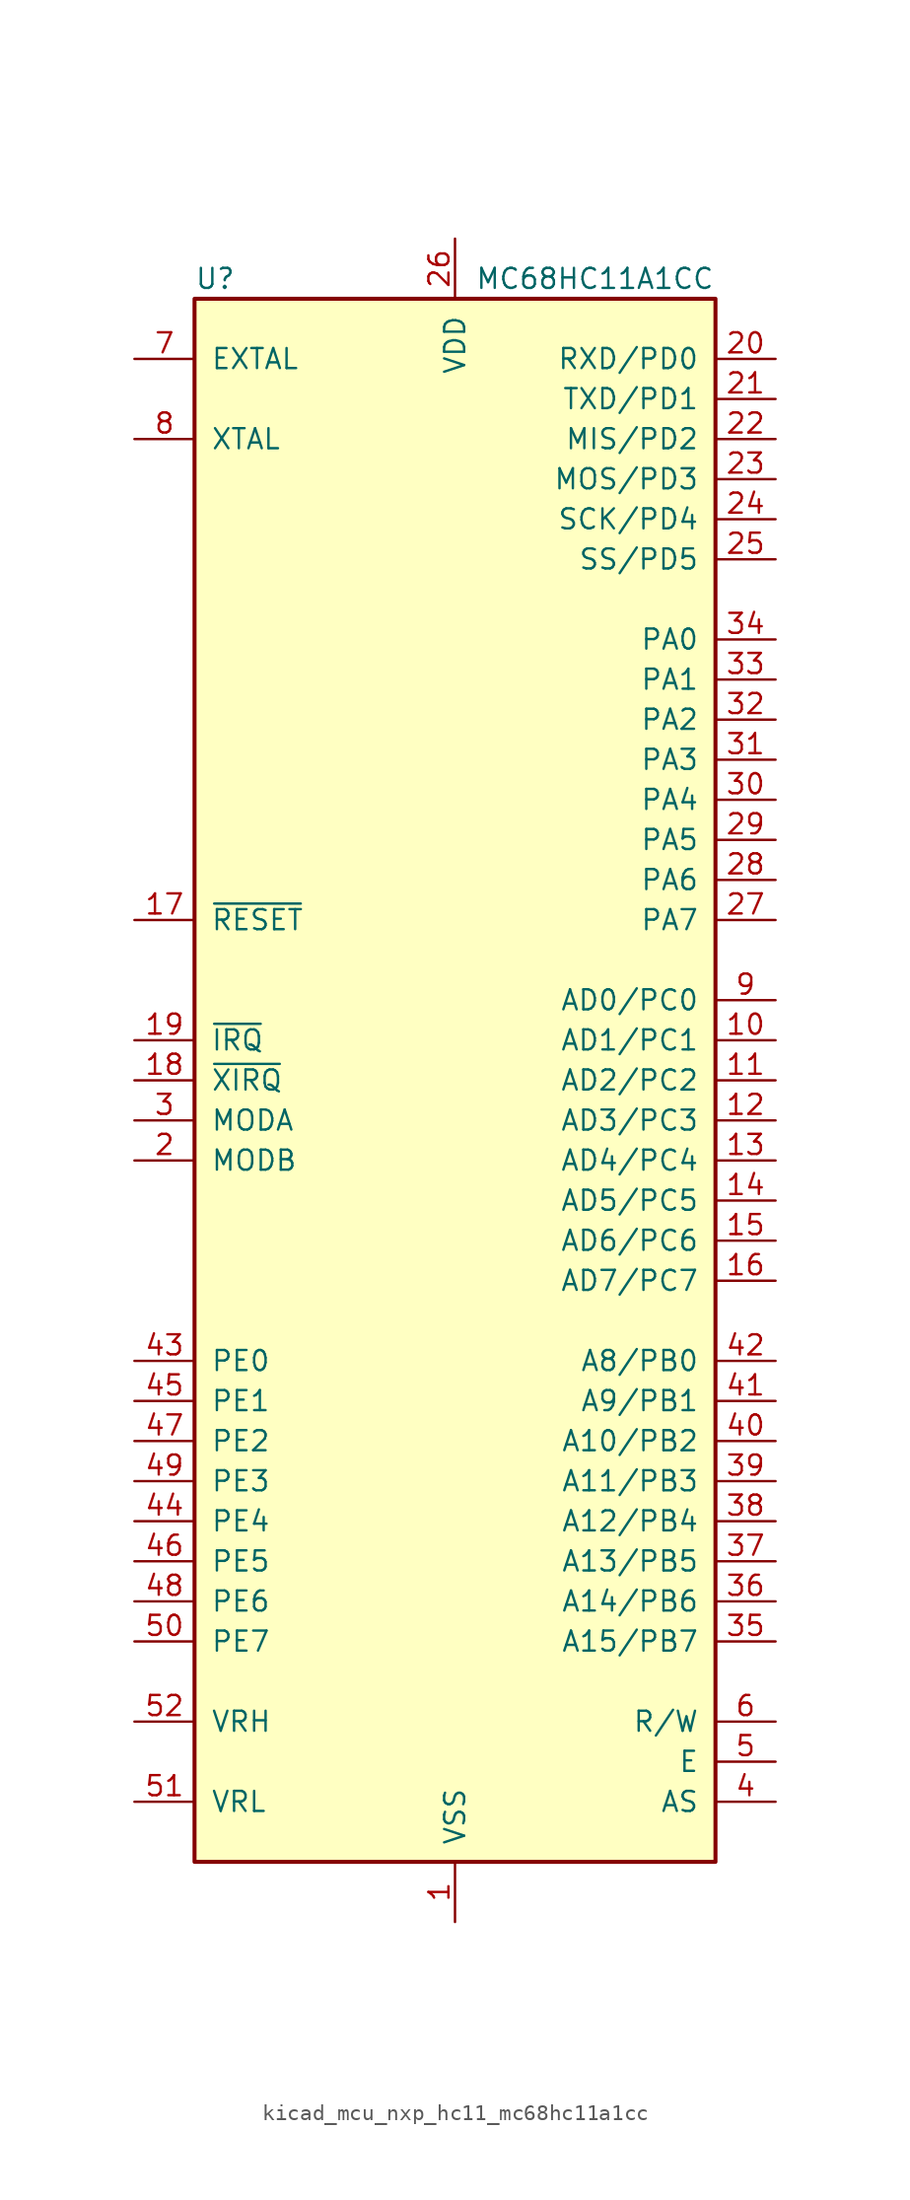
<source format=kicad_sym>
(kicad_symbol_lib
  (version 20220914)
  (generator kicad_symbol_editor)
  (symbol "kicad_mcu_nxp_hc11_mc68hc11a1cc"
    (pin_names
      (offset 1.016))
    (property "Reference" "U"
      (at -16.51 50.8 0)
      (effects (font (size 1.27 1.27)) (justify left)))
    (property "Value" "MC68HC11A1CC"
      (at 1.27 50.8 0)
      (effects (font (size 1.27 1.27)) (justify left)))
    (symbol "kicad_mcu_nxp_hc11_mc68hc11a1cc_0_1"
      (rectangle (start -16.51 49.53) (end 16.51 -49.53) (stroke (width 0.254) (type default)) (fill (type background))))
    (symbol "kicad_mcu_nxp_hc11_mc68hc11a1cc_1_1"
      (pin power_in line (at 0 -53.34 90) (length 3.81) (name "VSS" (effects (font (size 1.27 1.27)))) (number "1" (effects (font (size 1.27 1.27)))))
      (pin bidirectional line (at 20.32 2.54 180) (length 3.81) (name "AD1/PC1" (effects (font (size 1.27 1.27)))) (number "10" (effects (font (size 1.27 1.27)))))
      (pin bidirectional line (at 20.32 0 180) (length 3.81) (name "AD2/PC2" (effects (font (size 1.27 1.27)))) (number "11" (effects (font (size 1.27 1.27)))))
      (pin bidirectional line (at 20.32 -2.54 180) (length 3.81) (name "AD3/PC3" (effects (font (size 1.27 1.27)))) (number "12" (effects (font (size 1.27 1.27)))))
      (pin bidirectional line (at 20.32 -5.08 180) (length 3.81) (name "AD4/PC4" (effects (font (size 1.27 1.27)))) (number "13" (effects (font (size 1.27 1.27)))))
      (pin bidirectional line (at 20.32 -7.62 180) (length 3.81) (name "AD5/PC5" (effects (font (size 1.27 1.27)))) (number "14" (effects (font (size 1.27 1.27)))))
      (pin bidirectional line (at 20.32 -10.16 180) (length 3.81) (name "AD6/PC6" (effects (font (size 1.27 1.27)))) (number "15" (effects (font (size 1.27 1.27)))))
      (pin bidirectional line (at 20.32 -12.7 180) (length 3.81) (name "AD7/PC7" (effects (font (size 1.27 1.27)))) (number "16" (effects (font (size 1.27 1.27)))))
      (pin input line (at -20.32 10.16 0) (length 3.81) (name "~{RESET}" (effects (font (size 1.27 1.27)))) (number "17" (effects (font (size 1.27 1.27)))))
      (pin input line (at -20.32 0 0) (length 3.81) (name "~{XIRQ}" (effects (font (size 1.27 1.27)))) (number "18" (effects (font (size 1.27 1.27)))))
      (pin input line (at -20.32 2.54 0) (length 3.81) (name "~{IRQ}" (effects (font (size 1.27 1.27)))) (number "19" (effects (font (size 1.27 1.27)))))
      (pin input line (at -20.32 -5.08 0) (length 3.81) (name "MODB" (effects (font (size 1.27 1.27)))) (number "2" (effects (font (size 1.27 1.27)))))
      (pin bidirectional line (at 20.32 45.72 180) (length 3.81) (name "RXD/PD0" (effects (font (size 1.27 1.27)))) (number "20" (effects (font (size 1.27 1.27)))))
      (pin bidirectional line (at 20.32 43.18 180) (length 3.81) (name "TXD/PD1" (effects (font (size 1.27 1.27)))) (number "21" (effects (font (size 1.27 1.27)))))
      (pin bidirectional line (at 20.32 40.64 180) (length 3.81) (name "MIS/PD2" (effects (font (size 1.27 1.27)))) (number "22" (effects (font (size 1.27 1.27)))))
      (pin bidirectional line (at 20.32 38.1 180) (length 3.81) (name "MOS/PD3" (effects (font (size 1.27 1.27)))) (number "23" (effects (font (size 1.27 1.27)))))
      (pin bidirectional line (at 20.32 35.56 180) (length 3.81) (name "SCK/PD4" (effects (font (size 1.27 1.27)))) (number "24" (effects (font (size 1.27 1.27)))))
      (pin bidirectional line (at 20.32 33.02 180) (length 3.81) (name "SS/PD5" (effects (font (size 1.27 1.27)))) (number "25" (effects (font (size 1.27 1.27)))))
      (pin power_in line (at 0 53.34 270) (length 3.81) (name "VDD" (effects (font (size 1.27 1.27)))) (number "26" (effects (font (size 1.27 1.27)))))
      (pin bidirectional line (at 20.32 10.16 180) (length 3.81) (name "PA7" (effects (font (size 1.27 1.27)))) (number "27" (effects (font (size 1.27 1.27)))))
      (pin output line (at 20.32 12.7 180) (length 3.81) (name "PA6" (effects (font (size 1.27 1.27)))) (number "28" (effects (font (size 1.27 1.27)))))
      (pin output line (at 20.32 15.24 180) (length 3.81) (name "PA5" (effects (font (size 1.27 1.27)))) (number "29" (effects (font (size 1.27 1.27)))))
      (pin bidirectional line (at -20.32 -2.54 0) (length 3.81) (name "MODA" (effects (font (size 1.27 1.27)))) (number "3" (effects (font (size 1.27 1.27)))))
      (pin output line (at 20.32 17.78 180) (length 3.81) (name "PA4" (effects (font (size 1.27 1.27)))) (number "30" (effects (font (size 1.27 1.27)))))
      (pin output line (at 20.32 20.32 180) (length 3.81) (name "PA3" (effects (font (size 1.27 1.27)))) (number "31" (effects (font (size 1.27 1.27)))))
      (pin input line (at 20.32 22.86 180) (length 3.81) (name "PA2" (effects (font (size 1.27 1.27)))) (number "32" (effects (font (size 1.27 1.27)))))
      (pin input line (at 20.32 25.4 180) (length 3.81) (name "PA1" (effects (font (size 1.27 1.27)))) (number "33" (effects (font (size 1.27 1.27)))))
      (pin input line (at 20.32 27.94 180) (length 3.81) (name "PA0" (effects (font (size 1.27 1.27)))) (number "34" (effects (font (size 1.27 1.27)))))
      (pin output line (at 20.32 -35.56 180) (length 3.81) (name "A15/PB7" (effects (font (size 1.27 1.27)))) (number "35" (effects (font (size 1.27 1.27)))))
      (pin output line (at 20.32 -33.02 180) (length 3.81) (name "A14/PB6" (effects (font (size 1.27 1.27)))) (number "36" (effects (font (size 1.27 1.27)))))
      (pin output line (at 20.32 -30.48 180) (length 3.81) (name "A13/PB5" (effects (font (size 1.27 1.27)))) (number "37" (effects (font (size 1.27 1.27)))))
      (pin output line (at 20.32 -27.94 180) (length 3.81) (name "A12/PB4" (effects (font (size 1.27 1.27)))) (number "38" (effects (font (size 1.27 1.27)))))
      (pin output line (at 20.32 -25.4 180) (length 3.81) (name "A11/PB3" (effects (font (size 1.27 1.27)))) (number "39" (effects (font (size 1.27 1.27)))))
      (pin output line (at 20.32 -45.72 180) (length 3.81) (name "AS" (effects (font (size 1.27 1.27)))) (number "4" (effects (font (size 1.27 1.27)))))
      (pin output line (at 20.32 -22.86 180) (length 3.81) (name "A10/PB2" (effects (font (size 1.27 1.27)))) (number "40" (effects (font (size 1.27 1.27)))))
      (pin output line (at 20.32 -20.32 180) (length 3.81) (name "A9/PB1" (effects (font (size 1.27 1.27)))) (number "41" (effects (font (size 1.27 1.27)))))
      (pin output line (at 20.32 -17.78 180) (length 3.81) (name "A8/PB0" (effects (font (size 1.27 1.27)))) (number "42" (effects (font (size 1.27 1.27)))))
      (pin input line (at -20.32 -17.78 0) (length 3.81) (name "PE0" (effects (font (size 1.27 1.27)))) (number "43" (effects (font (size 1.27 1.27)))))
      (pin input line (at -20.32 -27.94 0) (length 3.81) (name "PE4" (effects (font (size 1.27 1.27)))) (number "44" (effects (font (size 1.27 1.27)))))
      (pin input line (at -20.32 -20.32 0) (length 3.81) (name "PE1" (effects (font (size 1.27 1.27)))) (number "45" (effects (font (size 1.27 1.27)))))
      (pin input line (at -20.32 -30.48 0) (length 3.81) (name "PE5" (effects (font (size 1.27 1.27)))) (number "46" (effects (font (size 1.27 1.27)))))
      (pin input line (at -20.32 -22.86 0) (length 3.81) (name "PE2" (effects (font (size 1.27 1.27)))) (number "47" (effects (font (size 1.27 1.27)))))
      (pin input line (at -20.32 -33.02 0) (length 3.81) (name "PE6" (effects (font (size 1.27 1.27)))) (number "48" (effects (font (size 1.27 1.27)))))
      (pin input line (at -20.32 -25.4 0) (length 3.81) (name "PE3" (effects (font (size 1.27 1.27)))) (number "49" (effects (font (size 1.27 1.27)))))
      (pin output line (at 20.32 -43.18 180) (length 3.81) (name "E" (effects (font (size 1.27 1.27)))) (number "5" (effects (font (size 1.27 1.27)))))
      (pin input line (at -20.32 -35.56 0) (length 3.81) (name "PE7" (effects (font (size 1.27 1.27)))) (number "50" (effects (font (size 1.27 1.27)))))
      (pin input line (at -20.32 -45.72 0) (length 3.81) (name "VRL" (effects (font (size 1.27 1.27)))) (number "51" (effects (font (size 1.27 1.27)))))
      (pin input line (at -20.32 -40.64 0) (length 3.81) (name "VRH" (effects (font (size 1.27 1.27)))) (number "52" (effects (font (size 1.27 1.27)))))
      (pin output line (at 20.32 -40.64 180) (length 3.81) (name "R/W" (effects (font (size 1.27 1.27)))) (number "6" (effects (font (size 1.27 1.27)))))
      (pin input line (at -20.32 45.72 0) (length 3.81) (name "EXTAL" (effects (font (size 1.27 1.27)))) (number "7" (effects (font (size 1.27 1.27)))))
      (pin output line (at -20.32 40.64 0) (length 3.81) (name "XTAL" (effects (font (size 1.27 1.27)))) (number "8" (effects (font (size 1.27 1.27)))))
      (pin bidirectional line (at 20.32 5.08 180) (length 3.81) (name "AD0/PC0" (effects (font (size 1.27 1.27)))) (number "9" (effects (font (size 1.27 1.27))))))))
</source>
